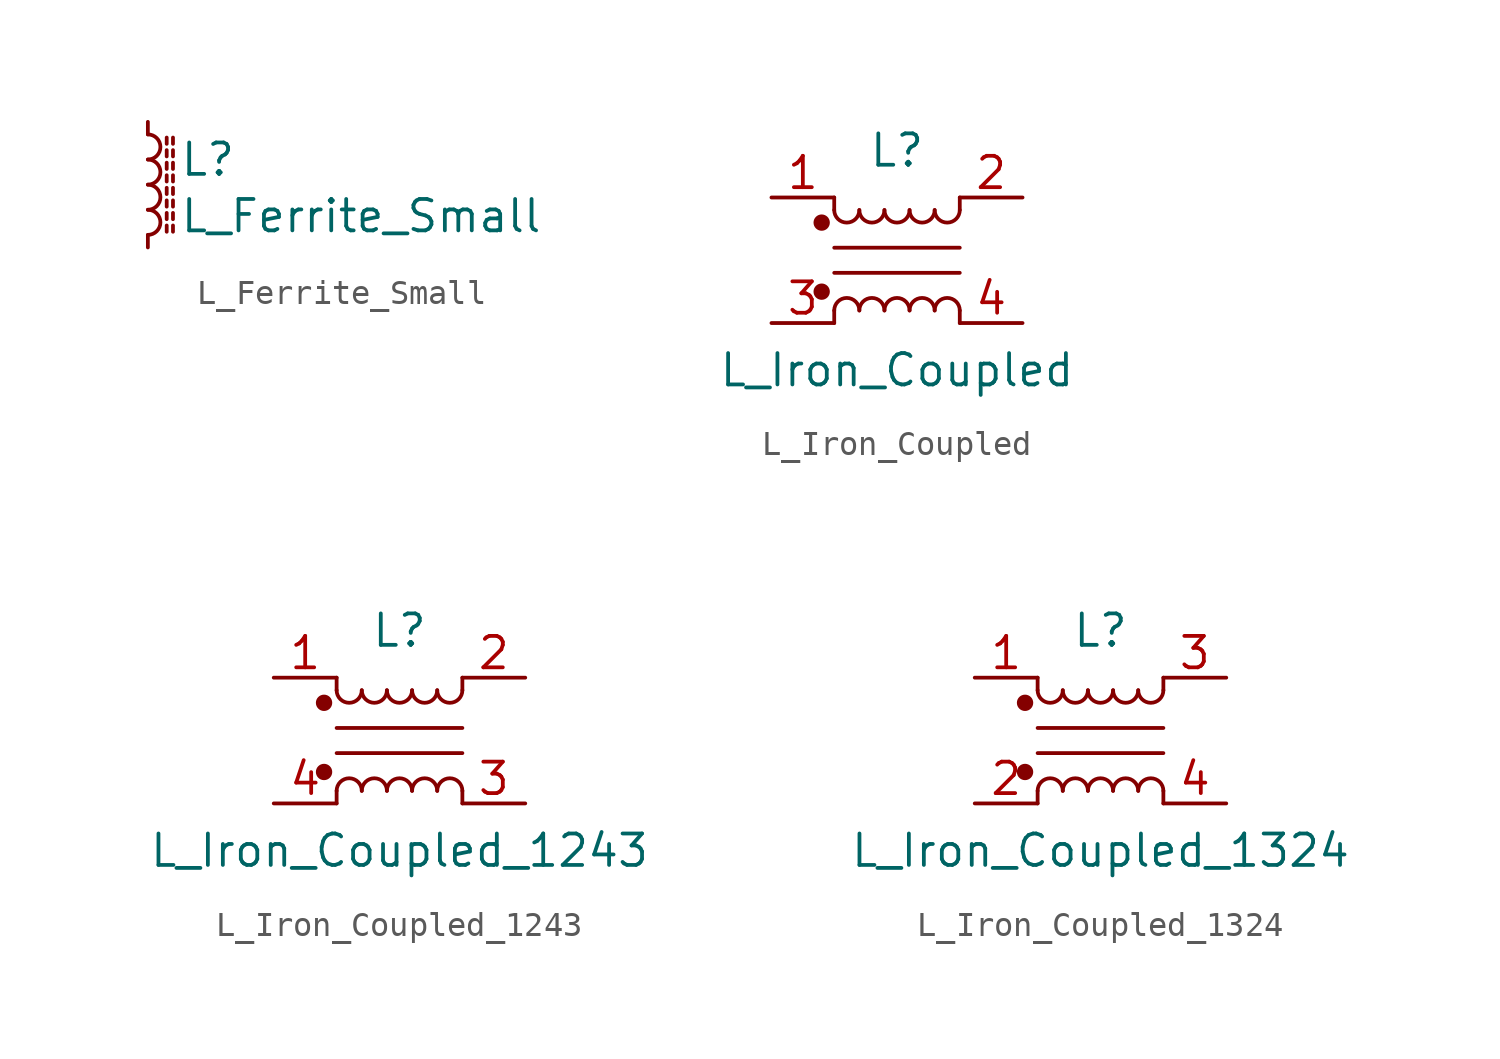
<source format=kicad_sym>
(kicad_symbol_lib
  (version 20241209)
  (generator "kicad_symbol_editor")
  (generator_version "9.0")
  (symbol "L_Ferrite_Small"
    (pin_numbers
      (hide yes))
    (pin_names
      (offset 0.254)
      (hide yes))
    (property "Reference" "L"
      (at 1.27 1.016 0)
      (effects (font (size 1.27 1.27)) (justify left)))
    (property "Value" "L_Ferrite_Small"
      (at 1.27 -1.27 0)
      (effects (font (size 1.27 1.27)) (justify left)))
    (symbol "L_Ferrite_Small_0_1"
      (arc (start 0 2.032) (mid 0.5058 1.524) (end 0 1.016) (stroke (width 0) (type default)) (fill (type none)))
      (arc (start 0 1.016) (mid 0.5058 0.508) (end 0 0) (stroke (width 0) (type default)) (fill (type none)))
      (arc (start 0 0) (mid 0.5058 -0.508) (end 0 -1.016) (stroke (width 0) (type default)) (fill (type none)))
      (arc (start 0 -1.016) (mid 0.5058 -1.524) (end 0 -2.032) (stroke (width 0) (type default)) (fill (type none)))
      (polyline (pts (xy 0.762 1.651) (xy 0.762 1.905)) (stroke (width 0) (type default)) (fill (type none)))
      (polyline (pts (xy 0.762 1.143) (xy 0.762 1.397)) (stroke (width 0) (type default)) (fill (type none)))
      (polyline (pts (xy 0.762 0.635) (xy 0.762 0.889)) (stroke (width 0) (type default)) (fill (type none)))
      (polyline (pts (xy 0.762 0.127) (xy 0.762 0.381)) (stroke (width 0) (type default)) (fill (type none)))
      (polyline (pts (xy 0.762 -0.381) (xy 0.762 -0.127)) (stroke (width 0) (type default)) (fill (type none)))
      (polyline (pts (xy 0.762 -0.889) (xy 0.762 -0.635)) (stroke (width 0) (type default)) (fill (type none)))
      (polyline (pts (xy 0.762 -1.397) (xy 0.762 -1.143)) (stroke (width 0) (type default)) (fill (type none)))
      (polyline (pts (xy 0.762 -1.905) (xy 0.762 -1.651)) (stroke (width 0) (type default)) (fill (type none)))
      (polyline (pts (xy 1.016 1.905) (xy 1.016 1.651)) (stroke (width 0) (type default)) (fill (type none)))
      (polyline (pts (xy 1.016 1.397) (xy 1.016 1.143)) (stroke (width 0) (type default)) (fill (type none)))
      (polyline (pts (xy 1.016 0.889) (xy 1.016 0.635)) (stroke (width 0) (type default)) (fill (type none)))
      (polyline (pts (xy 1.016 0.381) (xy 1.016 0.127)) (stroke (width 0) (type default)) (fill (type none)))
      (polyline (pts (xy 1.016 -0.127) (xy 1.016 -0.381)) (stroke (width 0) (type default)) (fill (type none)))
      (polyline (pts (xy 1.016 -0.635) (xy 1.016 -0.889)) (stroke (width 0) (type default)) (fill (type none)))
      (polyline (pts (xy 1.016 -1.143) (xy 1.016 -1.397)) (stroke (width 0) (type default)) (fill (type none)))
      (polyline (pts (xy 1.016 -1.651) (xy 1.016 -1.905)) (stroke (width 0) (type default)) (fill (type none))))
    (symbol "L_Ferrite_Small_1_1"
      (pin passive line (at 0 2.54 270) (length 0.508) (name "~" (effects (font (size 1.27 1.27)))) (number "1" (effects (font (size 1.27 1.27)))))
      (pin passive line (at 0 -2.54 90) (length 0.508) (name "~" (effects (font (size 1.27 1.27)))) (number "2" (effects (font (size 1.27 1.27)))))))
  (symbol "L_Iron_Coupled"
    (pin_names
      (offset 0.254)
      (hide yes))
    (property "Reference" "L"
      (at 0 4.445 0)
      (effects (font (size 1.27 1.27))))
    (property "Value" "L_Iron_Coupled"
      (at 0 -4.445 0)
      (effects (font (size 1.27 1.27))))
    (symbol "L_Iron_Coupled_0_1"
      (circle (center -3.048 1.524) (radius 0.254) (stroke (width 0) (type default)) (fill (type outline)))
      (circle (center -3.048 -1.27) (radius 0.254) (stroke (width 0) (type default)) (fill (type outline)))
      (polyline (pts (xy -2.54 2.032) (xy -2.54 2.54)) (stroke (width 0) (type default)) (fill (type none)))
      (polyline (pts (xy -2.54 0.508) (xy 2.54 0.508)) (stroke (width 0) (type default)) (fill (type none)))
      (polyline (pts (xy -2.54 -2.032) (xy -2.54 -2.54)) (stroke (width 0) (type default)) (fill (type none)))
      (arc (start -1.524 2.032) (mid -2.032 1.5262) (end -2.54 2.032) (stroke (width 0) (type default)) (fill (type none)))
      (arc (start -2.54 -2.032) (mid -2.032 -1.5262) (end -1.524 -2.032) (stroke (width 0) (type default)) (fill (type none)))
      (arc (start -0.508 2.032) (mid -1.016 1.5262) (end -1.524 2.032) (stroke (width 0) (type default)) (fill (type none)))
      (arc (start -1.524 -2.032) (mid -1.016 -1.5262) (end -0.508 -2.032) (stroke (width 0) (type default)) (fill (type none)))
      (arc (start 0.508 2.032) (mid 0 1.5262) (end -0.508 2.032) (stroke (width 0) (type default)) (fill (type none)))
      (arc (start -0.508 -2.032) (mid 0 -1.5262) (end 0.508 -2.032) (stroke (width 0) (type default)) (fill (type none)))
      (arc (start 1.524 2.032) (mid 1.016 1.5262) (end 0.508 2.032) (stroke (width 0) (type default)) (fill (type none)))
      (arc (start 0.508 -2.032) (mid 1.016 -1.5262) (end 1.524 -2.032) (stroke (width 0) (type default)) (fill (type none)))
      (arc (start 2.54 2.032) (mid 2.032 1.5262) (end 1.524 2.032) (stroke (width 0) (type default)) (fill (type none)))
      (arc (start 1.524 -2.032) (mid 2.032 -1.5262) (end 2.54 -2.032) (stroke (width 0) (type default)) (fill (type none)))
      (polyline (pts (xy 2.54 2.54) (xy 2.54 2.032)) (stroke (width 0) (type default)) (fill (type none)))
      (polyline (pts (xy 2.54 -0.508) (xy -2.54 -0.508)) (stroke (width 0) (type default)) (fill (type none)))
      (polyline (pts (xy 2.54 -2.032) (xy 2.54 -2.54)) (stroke (width 0) (type default)) (fill (type none))))
    (symbol "L_Iron_Coupled_1_1"
      (pin passive line (at -5.08 2.54 0) (length 2.54) (name "1" (effects (font (size 1.27 1.27)))) (number "1" (effects (font (size 1.27 1.27)))))
      (pin passive line (at -5.08 -2.54 0) (length 2.54) (name "3" (effects (font (size 1.27 1.27)))) (number "3" (effects (font (size 1.27 1.27)))))
      (pin passive line (at 5.08 2.54 180) (length 2.54) (name "2" (effects (font (size 1.27 1.27)))) (number "2" (effects (font (size 1.27 1.27)))))
      (pin passive line (at 5.08 -2.54 180) (length 2.54) (name "4" (effects (font (size 1.27 1.27)))) (number "4" (effects (font (size 1.27 1.27)))))))
  (symbol "L_Iron_Coupled_1243"
    (pin_names
      (offset 0.254)
      (hide yes))
    (property "Reference" "L"
      (at 0 4.445 0)
      (effects (font (size 1.27 1.27))))
    (property "Value" "L_Iron_Coupled_1243"
      (at 0 -4.445 0)
      (effects (font (size 1.27 1.27))))
    (symbol "L_Iron_Coupled_1243_0_1"
      (circle (center -3.048 1.524) (radius 0.254) (stroke (width 0) (type default)) (fill (type outline)))
      (circle (center -3.048 -1.27) (radius 0.254) (stroke (width 0) (type default)) (fill (type outline)))
      (polyline (pts (xy -2.54 2.032) (xy -2.54 2.54)) (stroke (width 0) (type default)) (fill (type none)))
      (polyline (pts (xy -2.54 0.508) (xy 2.54 0.508)) (stroke (width 0) (type default)) (fill (type none)))
      (polyline (pts (xy -2.54 -2.032) (xy -2.54 -2.54)) (stroke (width 0) (type default)) (fill (type none)))
      (arc (start -1.524 2.032) (mid -2.032 1.5262) (end -2.54 2.032) (stroke (width 0) (type default)) (fill (type none)))
      (arc (start -2.54 -2.032) (mid -2.032 -1.5262) (end -1.524 -2.032) (stroke (width 0) (type default)) (fill (type none)))
      (arc (start -0.508 2.032) (mid -1.016 1.5262) (end -1.524 2.032) (stroke (width 0) (type default)) (fill (type none)))
      (arc (start -1.524 -2.032) (mid -1.016 -1.5262) (end -0.508 -2.032) (stroke (width 0) (type default)) (fill (type none)))
      (arc (start 0.508 2.032) (mid 0 1.5262) (end -0.508 2.032) (stroke (width 0) (type default)) (fill (type none)))
      (arc (start -0.508 -2.032) (mid 0 -1.5262) (end 0.508 -2.032) (stroke (width 0) (type default)) (fill (type none)))
      (arc (start 1.524 2.032) (mid 1.016 1.5262) (end 0.508 2.032) (stroke (width 0) (type default)) (fill (type none)))
      (arc (start 0.508 -2.032) (mid 1.016 -1.5262) (end 1.524 -2.032) (stroke (width 0) (type default)) (fill (type none)))
      (arc (start 2.54 2.032) (mid 2.032 1.5262) (end 1.524 2.032) (stroke (width 0) (type default)) (fill (type none)))
      (arc (start 1.524 -2.032) (mid 2.032 -1.5262) (end 2.54 -2.032) (stroke (width 0) (type default)) (fill (type none)))
      (polyline (pts (xy 2.54 2.54) (xy 2.54 2.032)) (stroke (width 0) (type default)) (fill (type none)))
      (polyline (pts (xy 2.54 -0.508) (xy -2.54 -0.508)) (stroke (width 0) (type default)) (fill (type none)))
      (polyline (pts (xy 2.54 -2.032) (xy 2.54 -2.54)) (stroke (width 0) (type default)) (fill (type none))))
    (symbol "L_Iron_Coupled_1243_1_1"
      (pin passive line (at -5.08 2.54 0) (length 2.54) (name "1" (effects (font (size 1.27 1.27)))) (number "1" (effects (font (size 1.27 1.27)))))
      (pin passive line (at -5.08 -2.54 0) (length 2.54) (name "4" (effects (font (size 1.27 1.27)))) (number "4" (effects (font (size 1.27 1.27)))))
      (pin passive line (at 5.08 2.54 180) (length 2.54) (name "2" (effects (font (size 1.27 1.27)))) (number "2" (effects (font (size 1.27 1.27)))))
      (pin passive line (at 5.08 -2.54 180) (length 2.54) (name "3" (effects (font (size 1.27 1.27)))) (number "3" (effects (font (size 1.27 1.27)))))))
  (symbol "L_Iron_Coupled_1324"
    (pin_names
      (offset 0.254)
      (hide yes))
    (property "Reference" "L"
      (at 0 4.445 0)
      (effects (font (size 1.27 1.27))))
    (property "Value" "L_Iron_Coupled_1324"
      (at 0 -4.445 0)
      (effects (font (size 1.27 1.27))))
    (symbol "L_Iron_Coupled_1324_0_1"
      (circle (center -3.048 1.524) (radius 0.254) (stroke (width 0) (type default)) (fill (type outline)))
      (circle (center -3.048 -1.27) (radius 0.254) (stroke (width 0) (type default)) (fill (type outline)))
      (polyline (pts (xy -2.54 2.032) (xy -2.54 2.54)) (stroke (width 0) (type default)) (fill (type none)))
      (polyline (pts (xy -2.54 0.508) (xy 2.54 0.508)) (stroke (width 0) (type default)) (fill (type none)))
      (polyline (pts (xy -2.54 -2.032) (xy -2.54 -2.54)) (stroke (width 0) (type default)) (fill (type none)))
      (arc (start -1.524 2.032) (mid -2.032 1.5262) (end -2.54 2.032) (stroke (width 0) (type default)) (fill (type none)))
      (arc (start -2.54 -2.032) (mid -2.032 -1.5262) (end -1.524 -2.032) (stroke (width 0) (type default)) (fill (type none)))
      (arc (start -0.508 2.032) (mid -1.016 1.5262) (end -1.524 2.032) (stroke (width 0) (type default)) (fill (type none)))
      (arc (start -1.524 -2.032) (mid -1.016 -1.5262) (end -0.508 -2.032) (stroke (width 0) (type default)) (fill (type none)))
      (arc (start 0.508 2.032) (mid 0 1.5262) (end -0.508 2.032) (stroke (width 0) (type default)) (fill (type none)))
      (arc (start -0.508 -2.032) (mid 0 -1.5262) (end 0.508 -2.032) (stroke (width 0) (type default)) (fill (type none)))
      (arc (start 1.524 2.032) (mid 1.016 1.5262) (end 0.508 2.032) (stroke (width 0) (type default)) (fill (type none)))
      (arc (start 0.508 -2.032) (mid 1.016 -1.5262) (end 1.524 -2.032) (stroke (width 0) (type default)) (fill (type none)))
      (arc (start 2.54 2.032) (mid 2.032 1.5262) (end 1.524 2.032) (stroke (width 0) (type default)) (fill (type none)))
      (arc (start 1.524 -2.032) (mid 2.032 -1.5262) (end 2.54 -2.032) (stroke (width 0) (type default)) (fill (type none)))
      (polyline (pts (xy 2.54 2.54) (xy 2.54 2.032)) (stroke (width 0) (type default)) (fill (type none)))
      (polyline (pts (xy 2.54 -0.508) (xy -2.54 -0.508)) (stroke (width 0) (type default)) (fill (type none)))
      (polyline (pts (xy 2.54 -2.032) (xy 2.54 -2.54)) (stroke (width 0) (type default)) (fill (type none))))
    (symbol "L_Iron_Coupled_1324_1_1"
      (pin passive line (at -5.08 2.54 0) (length 2.54) (name "1" (effects (font (size 1.27 1.27)))) (number "1" (effects (font (size 1.27 1.27)))))
      (pin passive line (at -5.08 -2.54 0) (length 2.54) (name "2" (effects (font (size 1.27 1.27)))) (number "2" (effects (font (size 1.27 1.27)))))
      (pin passive line (at 5.08 2.54 180) (length 2.54) (name "3" (effects (font (size 1.27 1.27)))) (number "3" (effects (font (size 1.27 1.27)))))
      (pin passive line (at 5.08 -2.54 180) (length 2.54) (name "4" (effects (font (size 1.27 1.27)))) (number "4" (effects (font (size 1.27 1.27))))))))
</source>
